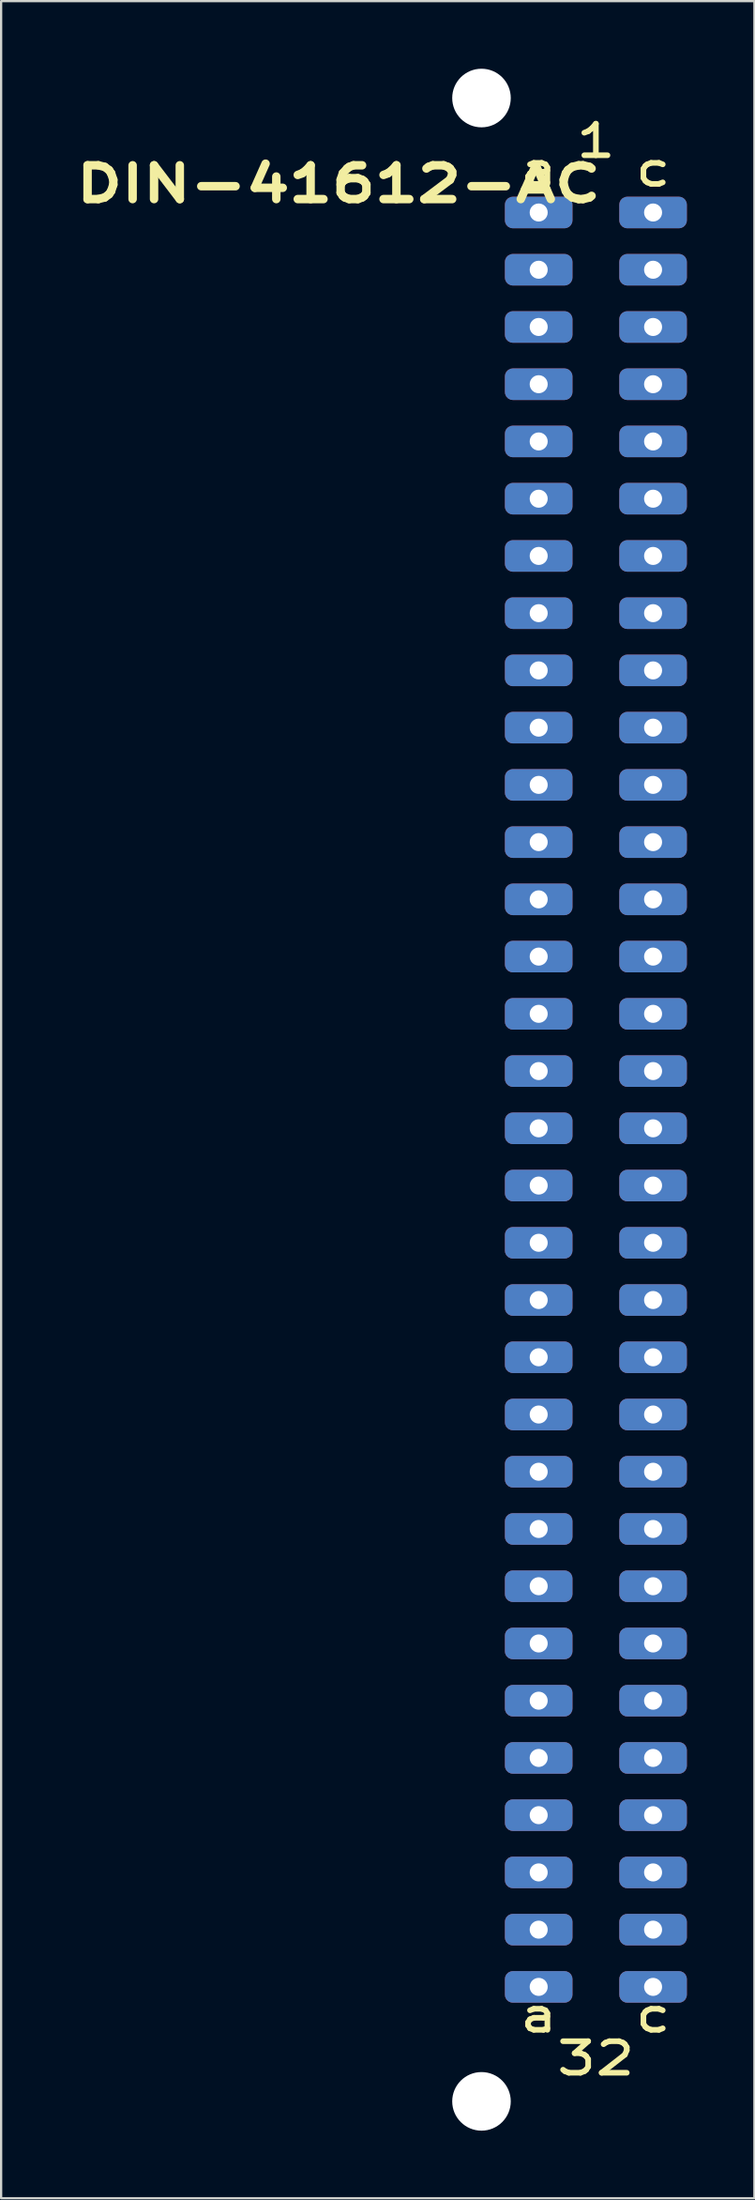
<source format=kicad_pcb>
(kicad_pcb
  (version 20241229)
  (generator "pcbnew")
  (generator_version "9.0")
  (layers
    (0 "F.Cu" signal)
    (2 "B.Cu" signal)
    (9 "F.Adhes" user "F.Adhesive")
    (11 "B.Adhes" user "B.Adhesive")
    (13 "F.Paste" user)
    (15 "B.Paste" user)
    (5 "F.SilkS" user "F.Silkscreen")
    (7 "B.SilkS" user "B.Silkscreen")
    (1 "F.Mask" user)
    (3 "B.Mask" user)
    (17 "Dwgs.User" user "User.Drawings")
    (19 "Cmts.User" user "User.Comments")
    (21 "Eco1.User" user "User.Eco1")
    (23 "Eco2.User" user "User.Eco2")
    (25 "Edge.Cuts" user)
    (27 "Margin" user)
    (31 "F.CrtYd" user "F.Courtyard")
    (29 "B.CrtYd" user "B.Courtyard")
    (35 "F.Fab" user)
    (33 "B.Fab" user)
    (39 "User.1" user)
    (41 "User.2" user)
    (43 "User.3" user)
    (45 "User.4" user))
  (footprint "DIN-41612-AC"
    (layer "F.Cu")
    (at 23.412 6.38)
    (property "Reference" "DIN-41612-AC" (at -11.43 -1.27 0) (unlocked yes) (layer "F.SilkS") (effects (font (size 1.5 2) (thickness 0.375))))
    (attr through_hole)
    (fp_text user "c" (at 2.54 -1.905 0) (layer "F.SilkS") (effects (font (size 1.4 1.8) (thickness 0.25))))
    (fp_text user "c" (at 2.54 80.01 0) (layer "F.SilkS") (effects (font (size 1.4 1.8) (thickness 0.25))))
    (fp_text user "1" (at 0 -3.175 0) (layer "F.SilkS") (effects (font (size 1.4 1.8) (thickness 0.25))))
    (fp_text user "a" (at -2.54 -1.905 0) (layer "F.SilkS") (effects (font (size 1.4 1.8) (thickness 0.25))))
    (fp_text user "a" (at -2.54 80.01 0) (layer "F.SilkS") (effects (font (size 1.4 1.8) (thickness 0.25))))
    (fp_text user "32" (at 0 81.915 0) (layer "F.SilkS") (effects (font (size 1.4 1.8) (thickness 0.25))))
    (pad "" np_thru_hole circle (at -5.08 -5.08) (size 2.6 2.6) (drill 2.6) (layers "*.Cu" "*.Mask"))
    (pad "" np_thru_hole circle (at -5.08 83.82) (size 2.6 2.6) (drill 2.6) (layers "*.Cu" "*.Mask"))
    (pad "A1" thru_hole roundrect (at -2.54 0 90) (size 1.4 3) (drill 0.8) (layers "*.Cu" "*.Mask") (roundrect_rratio 0.25))
    (pad "A2" thru_hole roundrect (at -2.54 2.54 90) (size 1.4 3) (drill 0.8) (layers "*.Cu" "*.Mask") (roundrect_rratio 0.25))
    (pad "A3" thru_hole roundrect (at -2.54 5.08 90) (size 1.4 3) (drill 0.8) (layers "*.Cu" "*.Mask") (roundrect_rratio 0.25))
    (pad "A4" thru_hole roundrect (at -2.54 7.62 90) (size 1.4 3) (drill 0.8) (layers "*.Cu" "*.Mask") (roundrect_rratio 0.25))
    (pad "A5" thru_hole roundrect (at -2.54 10.16 90) (size 1.4 3) (drill 0.8) (layers "*.Cu" "*.Mask") (roundrect_rratio 0.25))
    (pad "A6" thru_hole roundrect (at -2.54 12.7 90) (size 1.4 3) (drill 0.8) (layers "*.Cu" "*.Mask") (roundrect_rratio 0.25))
    (pad "A7" thru_hole roundrect (at -2.54 15.24 90) (size 1.4 3) (drill 0.8) (layers "*.Cu" "*.Mask") (roundrect_rratio 0.25))
    (pad "A8" thru_hole roundrect (at -2.54 17.78 90) (size 1.4 3) (drill 0.8) (layers "*.Cu" "*.Mask") (roundrect_rratio 0.25))
    (pad "A9" thru_hole roundrect (at -2.54 20.32 90) (size 1.4 3) (drill 0.8) (layers "*.Cu" "*.Mask") (roundrect_rratio 0.25))
    (pad "A10" thru_hole roundrect (at -2.54 22.86 90) (size 1.4 3) (drill 0.8) (layers "*.Cu" "*.Mask") (roundrect_rratio 0.25))
    (pad "A11" thru_hole roundrect (at -2.54 25.4 90) (size 1.4 3) (drill 0.8) (layers "*.Cu" "*.Mask") (roundrect_rratio 0.25))
    (pad "A12" thru_hole roundrect (at -2.54 27.94 90) (size 1.4 3) (drill 0.8) (layers "*.Cu" "*.Mask") (roundrect_rratio 0.25))
    (pad "A13" thru_hole roundrect (at -2.54 30.48 90) (size 1.4 3) (drill 0.8) (layers "*.Cu" "*.Mask") (roundrect_rratio 0.25))
    (pad "A14" thru_hole roundrect (at -2.54 33.02 90) (size 1.4 3) (drill 0.8) (layers "*.Cu" "*.Mask") (roundrect_rratio 0.25))
    (pad "A15" thru_hole roundrect (at -2.54 35.56 90) (size 1.4 3) (drill 0.8) (layers "*.Cu" "*.Mask") (roundrect_rratio 0.25))
    (pad "A16" thru_hole roundrect (at -2.54 38.1 90) (size 1.4 3) (drill 0.8) (layers "*.Cu" "*.Mask") (roundrect_rratio 0.25))
    (pad "A17" thru_hole roundrect (at -2.54 40.64 90) (size 1.4 3) (drill 0.8) (layers "*.Cu" "*.Mask") (roundrect_rratio 0.25))
    (pad "A18" thru_hole roundrect (at -2.54 43.18 90) (size 1.4 3) (drill 0.8) (layers "*.Cu" "*.Mask") (roundrect_rratio 0.25))
    (pad "A19" thru_hole roundrect (at -2.54 45.72 90) (size 1.4 3) (drill 0.8) (layers "*.Cu" "*.Mask") (roundrect_rratio 0.25))
    (pad "A20" thru_hole roundrect (at -2.54 48.26 90) (size 1.4 3) (drill 0.8) (layers "*.Cu" "*.Mask") (roundrect_rratio 0.25))
    (pad "A21" thru_hole roundrect (at -2.54 50.8 90) (size 1.4 3) (drill 0.8) (layers "*.Cu" "*.Mask") (roundrect_rratio 0.25))
    (pad "A22" thru_hole roundrect (at -2.54 53.34 90) (size 1.4 3) (drill 0.8) (layers "*.Cu" "*.Mask") (roundrect_rratio 0.25))
    (pad "A23" thru_hole roundrect (at -2.54 55.88 90) (size 1.4 3) (drill 0.8) (layers "*.Cu" "*.Mask") (roundrect_rratio 0.25))
    (pad "A24" thru_hole roundrect (at -2.54 58.42 90) (size 1.4 3) (drill 0.8) (layers "*.Cu" "*.Mask") (roundrect_rratio 0.25))
    (pad "A25" thru_hole roundrect (at -2.54 60.96 90) (size 1.4 3) (drill 0.8) (layers "*.Cu" "*.Mask") (roundrect_rratio 0.25))
    (pad "A26" thru_hole roundrect (at -2.54 63.5 90) (size 1.4 3) (drill 0.8) (layers "*.Cu" "*.Mask") (roundrect_rratio 0.25))
    (pad "A27" thru_hole roundrect (at -2.54 66.04 90) (size 1.4 3) (drill 0.8) (layers "*.Cu" "*.Mask") (roundrect_rratio 0.25))
    (pad "A28" thru_hole roundrect (at -2.54 68.58 90) (size 1.4 3) (drill 0.8) (layers "*.Cu" "*.Mask") (roundrect_rratio 0.25))
    (pad "A29" thru_hole roundrect (at -2.54 71.12 90) (size 1.4 3) (drill 0.8) (layers "*.Cu" "*.Mask") (roundrect_rratio 0.25))
    (pad "A30" thru_hole roundrect (at -2.54 73.66 90) (size 1.4 3) (drill 0.8) (layers "*.Cu" "*.Mask") (roundrect_rratio 0.25))
    (pad "A31" thru_hole roundrect (at -2.54 76.2 90) (size 1.4 3) (drill 0.8) (layers "*.Cu" "*.Mask") (roundrect_rratio 0.25))
    (pad "A32" thru_hole roundrect (at -2.54 78.74 90) (size 1.4 3) (drill 0.8) (layers "*.Cu" "*.Mask") (roundrect_rratio 0.25))
    (pad "C1" thru_hole roundrect (at 2.54 0 90) (size 1.4 3) (drill 0.8) (layers "*.Cu" "*.Mask") (roundrect_rratio 0.25))
    (pad "C2" thru_hole roundrect (at 2.54 2.54 90) (size 1.4 3) (drill 0.8) (layers "*.Cu" "*.Mask") (roundrect_rratio 0.25))
    (pad "C3" thru_hole roundrect (at 2.54 5.08 90) (size 1.4 3) (drill 0.8) (layers "*.Cu" "*.Mask") (roundrect_rratio 0.25))
    (pad "C4" thru_hole roundrect (at 2.54 7.62 90) (size 1.4 3) (drill 0.8) (layers "*.Cu" "*.Mask") (roundrect_rratio 0.25))
    (pad "C5" thru_hole roundrect (at 2.54 10.16 90) (size 1.4 3) (drill 0.8) (layers "*.Cu" "*.Mask") (roundrect_rratio 0.25))
    (pad "C6" thru_hole roundrect (at 2.54 12.7 90) (size 1.4 3) (drill 0.8) (layers "*.Cu" "*.Mask") (roundrect_rratio 0.25))
    (pad "C7" thru_hole roundrect (at 2.54 15.24 90) (size 1.4 3) (drill 0.8) (layers "*.Cu" "*.Mask") (roundrect_rratio 0.25))
    (pad "C8" thru_hole roundrect (at 2.54 17.78 90) (size 1.4 3) (drill 0.8) (layers "*.Cu" "*.Mask") (roundrect_rratio 0.25))
    (pad "C9" thru_hole roundrect (at 2.54 20.32 90) (size 1.4 3) (drill 0.8) (layers "*.Cu" "*.Mask") (roundrect_rratio 0.25))
    (pad "C10" thru_hole roundrect (at 2.54 22.86 90) (size 1.4 3) (drill 0.8) (layers "*.Cu" "*.Mask") (roundrect_rratio 0.25))
    (pad "C11" thru_hole roundrect (at 2.54 25.4 90) (size 1.4 3) (drill 0.8) (layers "*.Cu" "*.Mask") (roundrect_rratio 0.25))
    (pad "C12" thru_hole roundrect (at 2.54 27.94 90) (size 1.4 3) (drill 0.8) (layers "*.Cu" "*.Mask") (roundrect_rratio 0.25))
    (pad "C13" thru_hole roundrect (at 2.54 30.48 90) (size 1.4 3) (drill 0.8) (layers "*.Cu" "*.Mask") (roundrect_rratio 0.25))
    (pad "C14" thru_hole roundrect (at 2.54 33.02 90) (size 1.4 3) (drill 0.8) (layers "*.Cu" "*.Mask") (roundrect_rratio 0.25))
    (pad "C15" thru_hole roundrect (at 2.54 35.56 90) (size 1.4 3) (drill 0.8) (layers "*.Cu" "*.Mask") (roundrect_rratio 0.25))
    (pad "C16" thru_hole roundrect (at 2.54 38.1 90) (size 1.4 3) (drill 0.8) (layers "*.Cu" "*.Mask") (roundrect_rratio 0.25))
    (pad "C17" thru_hole roundrect (at 2.54 40.64 90) (size 1.4 3) (drill 0.8) (layers "*.Cu" "*.Mask") (roundrect_rratio 0.25))
    (pad "C18" thru_hole roundrect (at 2.54 43.18 90) (size 1.4 3) (drill 0.8) (layers "*.Cu" "*.Mask") (roundrect_rratio 0.25))
    (pad "C19" thru_hole roundrect (at 2.54 45.72 90) (size 1.4 3) (drill 0.8) (layers "*.Cu" "*.Mask") (roundrect_rratio 0.25))
    (pad "C20" thru_hole roundrect (at 2.54 48.26 90) (size 1.4 3) (drill 0.8) (layers "*.Cu" "*.Mask") (roundrect_rratio 0.25))
    (pad "C21" thru_hole roundrect (at 2.54 50.8 90) (size 1.4 3) (drill 0.8) (layers "*.Cu" "*.Mask") (roundrect_rratio 0.25))
    (pad "C22" thru_hole roundrect (at 2.54 53.34 90) (size 1.4 3) (drill 0.8) (layers "*.Cu" "*.Mask") (roundrect_rratio 0.25))
    (pad "C23" thru_hole roundrect (at 2.54 55.88 90) (size 1.4 3) (drill 0.8) (layers "*.Cu" "*.Mask") (roundrect_rratio 0.25))
    (pad "C24" thru_hole roundrect (at 2.54 58.42 90) (size 1.4 3) (drill 0.8) (layers "*.Cu" "*.Mask") (roundrect_rratio 0.25))
    (pad "C25" thru_hole roundrect (at 2.54 60.96 90) (size 1.4 3) (drill 0.8) (layers "*.Cu" "*.Mask") (roundrect_rratio 0.25))
    (pad "C26" thru_hole roundrect (at 2.54 63.5 90) (size 1.4 3) (drill 0.8) (layers "*.Cu" "*.Mask") (roundrect_rratio 0.25))
    (pad "C27" thru_hole roundrect (at 2.54 66.04 90) (size 1.4 3) (drill 0.8) (layers "*.Cu" "*.Mask") (roundrect_rratio 0.25))
    (pad "C28" thru_hole roundrect (at 2.54 68.58 90) (size 1.4 3) (drill 0.8) (layers "*.Cu" "*.Mask") (roundrect_rratio 0.25))
    (pad "C29" thru_hole roundrect (at 2.54 71.12 90) (size 1.4 3) (drill 0.8) (layers "*.Cu" "*.Mask") (roundrect_rratio 0.25))
    (pad "C30" thru_hole roundrect (at 2.54 73.66 90) (size 1.4 3) (drill 0.8) (layers "*.Cu" "*.Mask") (roundrect_rratio 0.25))
    (pad "C31" thru_hole roundrect (at 2.54 76.2 90) (size 1.4 3) (drill 0.8) (layers "*.Cu" "*.Mask") (roundrect_rratio 0.25))
    (pad "C32" thru_hole roundrect (at 2.54 78.74 90) (size 1.4 3) (drill 0.8) (layers "*.Cu" "*.Mask") (roundrect_rratio 0.25)))
  (gr_rect
    (start -3 -3)
    (end 30.452 94.5)
    (stroke (width 0.1) (type default))
    (fill no)
    (layer "Edge.Cuts")))
</source>
